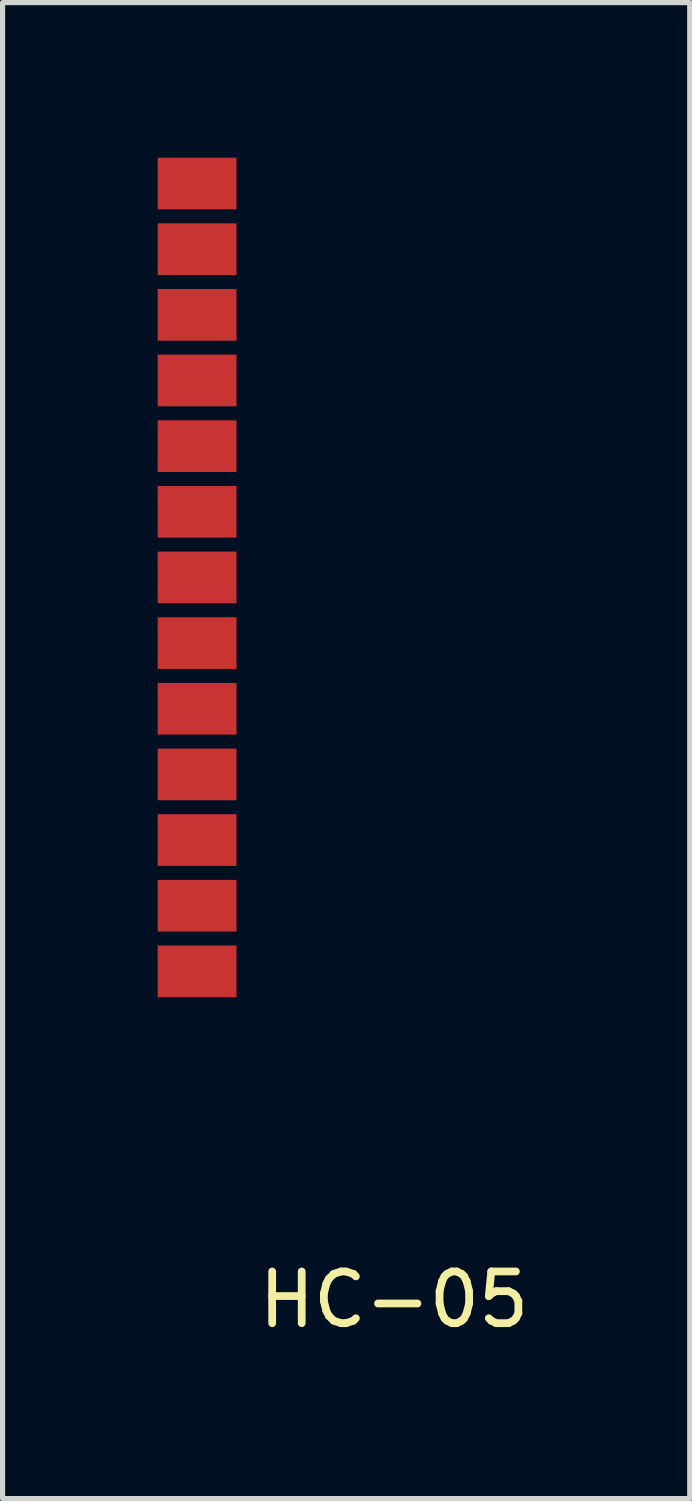
<source format=kicad_pcb>
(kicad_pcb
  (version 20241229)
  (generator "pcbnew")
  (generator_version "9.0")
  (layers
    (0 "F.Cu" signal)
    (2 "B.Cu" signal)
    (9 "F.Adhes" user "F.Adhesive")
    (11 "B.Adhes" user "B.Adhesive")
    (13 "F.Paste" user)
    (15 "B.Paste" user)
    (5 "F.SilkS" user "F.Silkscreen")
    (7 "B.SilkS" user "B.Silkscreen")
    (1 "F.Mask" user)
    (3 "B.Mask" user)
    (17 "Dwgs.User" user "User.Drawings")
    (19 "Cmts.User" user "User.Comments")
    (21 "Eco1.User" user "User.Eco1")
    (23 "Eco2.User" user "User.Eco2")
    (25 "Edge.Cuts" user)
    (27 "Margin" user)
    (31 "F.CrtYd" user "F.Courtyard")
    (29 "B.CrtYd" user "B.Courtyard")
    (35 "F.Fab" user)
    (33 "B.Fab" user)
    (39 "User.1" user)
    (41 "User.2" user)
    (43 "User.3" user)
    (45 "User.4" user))
  (footprint "HC-05"
    (layer "F.Cu")
    (at 4.572 5.58)
    (property "Reference" "HC-05" (at 0 16.51 0) (layer "F.SilkS") (effects (font (size 1 1) (thickness 0.15))))
    (attr through_hole)
    (pad "1" smd rect (at -3.81 -5.08) (size 1.524 1) (layers "F.Cu" "F.Mask" "F.Paste"))
    (pad "2" smd rect (at -3.81 -3.81) (size 1.524 1) (layers "F.Cu" "F.Mask" "F.Paste"))
    (pad "3" smd rect (at -3.81 -2.54) (size 1.524 1) (layers "F.Cu" "F.Mask" "F.Paste"))
    (pad "4" smd rect (at -3.81 -1.27) (size 1.524 1) (layers "F.Cu" "F.Mask" "F.Paste"))
    (pad "5" smd rect (at -3.81 0) (size 1.524 1) (layers "F.Cu" "F.Mask" "F.Paste"))
    (pad "6" smd rect (at -3.81 1.27) (size 1.524 1) (layers "F.Cu" "F.Mask" "F.Paste"))
    (pad "7" smd rect (at -3.81 2.54) (size 1.524 1) (layers "F.Cu" "F.Mask" "F.Paste"))
    (pad "8" smd rect (at -3.81 3.81) (size 1.524 1) (layers "F.Cu" "F.Mask" "F.Paste"))
    (pad "9" smd rect (at -3.81 5.08) (size 1.524 1) (layers "F.Cu" "F.Mask" "F.Paste"))
    (pad "10" smd rect (at -3.81 6.35) (size 1.524 1) (layers "F.Cu" "F.Mask" "F.Paste"))
    (pad "11" smd rect (at -3.81 7.62) (size 1.524 1) (layers "F.Cu" "F.Mask" "F.Paste"))
    (pad "12" smd rect (at -3.81 8.89) (size 1.524 1) (layers "F.Cu" "F.Mask" "F.Paste"))
    (pad "13" smd rect (at -3.81 10.16) (size 1.524 1) (layers "F.Cu" "F.Mask" "F.Paste")))
  (gr_rect
    (start -3 -3)
    (end 10.292 25.938)
    (stroke (width 0.1) (type default))
    (fill no)
    (layer "Edge.Cuts")))
</source>
